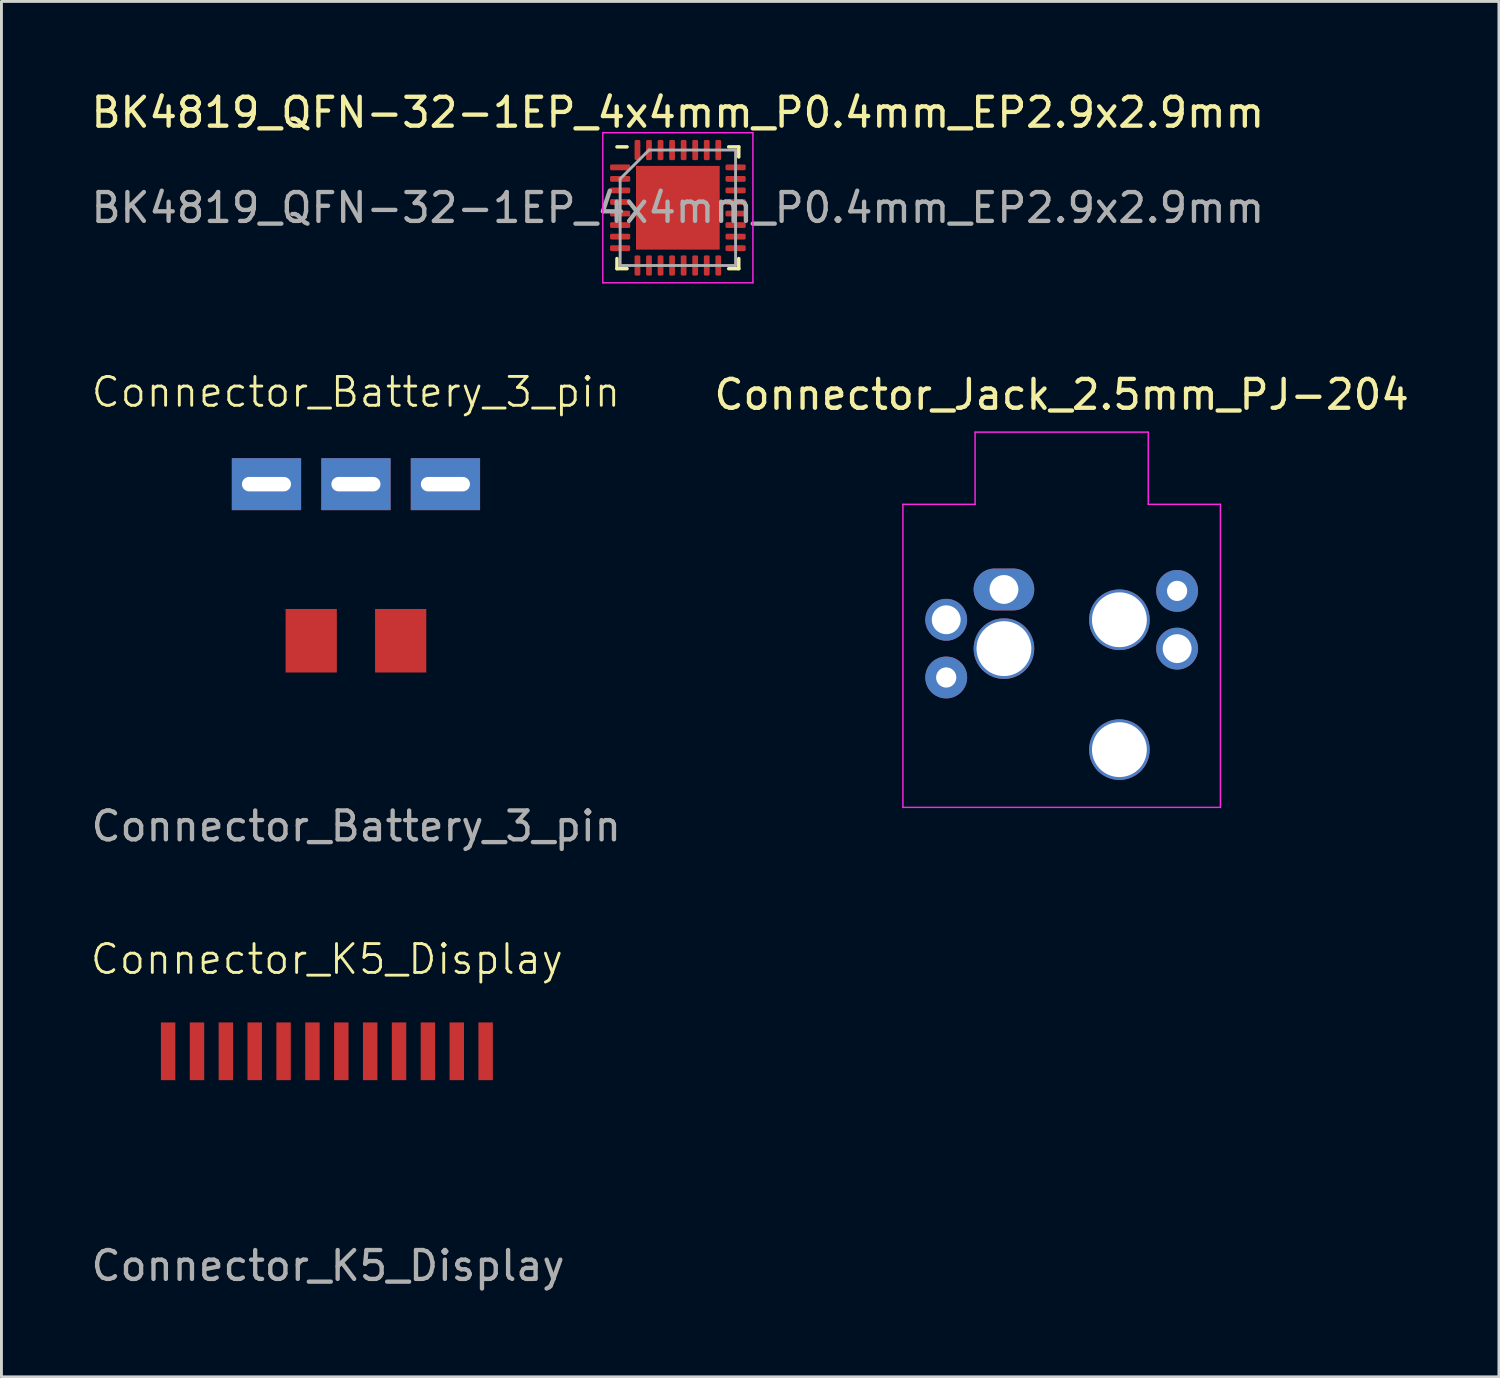
<source format=kicad_pcb>
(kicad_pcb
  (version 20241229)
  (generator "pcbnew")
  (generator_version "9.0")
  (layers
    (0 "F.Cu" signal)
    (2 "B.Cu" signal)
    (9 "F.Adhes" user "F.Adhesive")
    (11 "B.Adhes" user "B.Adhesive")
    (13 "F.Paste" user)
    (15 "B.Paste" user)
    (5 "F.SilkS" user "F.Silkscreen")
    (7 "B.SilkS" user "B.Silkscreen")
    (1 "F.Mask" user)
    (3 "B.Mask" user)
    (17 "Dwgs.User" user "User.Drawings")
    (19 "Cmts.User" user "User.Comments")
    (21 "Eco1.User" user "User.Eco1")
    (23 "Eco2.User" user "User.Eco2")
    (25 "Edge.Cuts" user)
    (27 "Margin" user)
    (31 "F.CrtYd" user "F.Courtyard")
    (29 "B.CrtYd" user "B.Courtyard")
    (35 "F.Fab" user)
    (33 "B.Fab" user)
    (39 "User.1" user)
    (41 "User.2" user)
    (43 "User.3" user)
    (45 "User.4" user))
  (footprint "BK4819_QFN-32-1EP_4x4mm_P0.4mm_EP2.9x2.9mm"
    (layer "F.Cu")
    (at 20.435 4.148)
    (property "Reference" "BK4819_QFN-32-1EP_4x4mm_P0.4mm_EP2.9x2.9mm" (at 0 -3.3 0) (layer "F.SilkS") (effects (font (size 1 1) (thickness 0.15))))
    (attr smd)
    (fp_line (start -2.11 2.11) (end -2.11 1.76) (stroke (width 0.12) (type solid)) (layer "F.SilkS"))
    (fp_line (start -1.76 -2.11) (end -2.11 -2.11) (stroke (width 0.12) (type solid)) (layer "F.SilkS"))
    (fp_line (start -1.76 2.11) (end -2.11 2.11) (stroke (width 0.12) (type solid)) (layer "F.SilkS"))
    (fp_line (start 1.76 -2.11) (end 2.11 -2.11) (stroke (width 0.12) (type solid)) (layer "F.SilkS"))
    (fp_line (start 1.76 2.11) (end 2.11 2.11) (stroke (width 0.12) (type solid)) (layer "F.SilkS"))
    (fp_line (start 2.11 -2.11) (end 2.11 -1.76) (stroke (width 0.12) (type solid)) (layer "F.SilkS"))
    (fp_line (start 2.11 2.11) (end 2.11 1.76) (stroke (width 0.12) (type solid)) (layer "F.SilkS"))
    (fp_line (start -2.6 -2.6) (end -2.6 2.6) (stroke (width 0.05) (type solid)) (layer "F.CrtYd"))
    (fp_line (start -2.6 2.6) (end 2.6 2.6) (stroke (width 0.05) (type solid)) (layer "F.CrtYd"))
    (fp_line (start 2.6 -2.6) (end -2.6 -2.6) (stroke (width 0.05) (type solid)) (layer "F.CrtYd"))
    (fp_line (start 2.6 2.6) (end 2.6 -2.6) (stroke (width 0.05) (type solid)) (layer "F.CrtYd"))
    (fp_line (start -2 -1) (end -1 -2) (stroke (width 0.1) (type solid)) (layer "F.Fab"))
    (fp_line (start -2 2) (end -2 -1) (stroke (width 0.1) (type solid)) (layer "F.Fab"))
    (fp_line (start -1 -2) (end 2 -2) (stroke (width 0.1) (type solid)) (layer "F.Fab"))
    (fp_line (start 2 -2) (end 2 2) (stroke (width 0.1) (type solid)) (layer "F.Fab"))
    (fp_line (start 2 2) (end -2 2) (stroke (width 0.1) (type solid)) (layer "F.Fab"))
    (fp_text user "${REFERENCE}" (at 0 0 0) (layer "F.Fab") (effects (font (size 1 1) (thickness 0.15))))
    (pad "" smd roundrect (at -0.725 -0.725) (size 1.17 1.17) (layers "F.Paste") (roundrect_rratio 0.214))
    (pad "" smd roundrect (at -0.725 0.725) (size 1.17 1.17) (layers "F.Paste") (roundrect_rratio 0.214))
    (pad "" smd roundrect (at 0.725 -0.725) (size 1.17 1.17) (layers "F.Paste") (roundrect_rratio 0.214))
    (pad "" smd roundrect (at 0.725 0.725) (size 1.17 1.17) (layers "F.Paste") (roundrect_rratio 0.214))
    (pad "1" smd roundrect (at -2 -1.4) (size 0.7 0.2) (layers "F.Cu" "F.Mask" "F.Paste") (roundrect_rratio 0.25))
    (pad "2" smd roundrect (at -2 -1) (size 0.7 0.2) (layers "F.Cu" "F.Mask" "F.Paste") (roundrect_rratio 0.25))
    (pad "3" smd roundrect (at -2 -0.6) (size 0.7 0.2) (layers "F.Cu" "F.Mask" "F.Paste") (roundrect_rratio 0.25))
    (pad "4" smd roundrect (at -2 -0.2) (size 0.7 0.2) (layers "F.Cu" "F.Mask" "F.Paste") (roundrect_rratio 0.25))
    (pad "5" smd roundrect (at -2 0.2) (size 0.7 0.2) (layers "F.Cu" "F.Mask" "F.Paste") (roundrect_rratio 0.25))
    (pad "6" smd roundrect (at -2 0.6) (size 0.7 0.2) (layers "F.Cu" "F.Mask" "F.Paste") (roundrect_rratio 0.25))
    (pad "7" smd roundrect (at -2 1) (size 0.7 0.2) (layers "F.Cu" "F.Mask" "F.Paste") (roundrect_rratio 0.25))
    (pad "8" smd roundrect (at -2 1.4) (size 0.7 0.2) (layers "F.Cu" "F.Mask" "F.Paste") (roundrect_rratio 0.25))
    (pad "9" smd roundrect (at -1.4 2) (size 0.2 0.7) (layers "F.Cu" "F.Mask" "F.Paste") (roundrect_rratio 0.25))
    (pad "10" smd roundrect (at -1 2) (size 0.2 0.7) (layers "F.Cu" "F.Mask" "F.Paste") (roundrect_rratio 0.25))
    (pad "11" smd roundrect (at -0.6 2) (size 0.2 0.7) (layers "F.Cu" "F.Mask" "F.Paste") (roundrect_rratio 0.25))
    (pad "12" smd roundrect (at -0.2 2) (size 0.2 0.7) (layers "F.Cu" "F.Mask" "F.Paste") (roundrect_rratio 0.25))
    (pad "13" smd roundrect (at 0.2 2) (size 0.2 0.7) (layers "F.Cu" "F.Mask" "F.Paste") (roundrect_rratio 0.25))
    (pad "14" smd roundrect (at 0.6 2) (size 0.2 0.7) (layers "F.Cu" "F.Mask" "F.Paste") (roundrect_rratio 0.25))
    (pad "15" smd roundrect (at 1 2) (size 0.2 0.7) (layers "F.Cu" "F.Mask" "F.Paste") (roundrect_rratio 0.25))
    (pad "16" smd roundrect (at 1.4 2) (size 0.2 0.7) (layers "F.Cu" "F.Mask" "F.Paste") (roundrect_rratio 0.25))
    (pad "17" smd roundrect (at 2 1.4) (size 0.7 0.2) (layers "F.Cu" "F.Mask" "F.Paste") (roundrect_rratio 0.25))
    (pad "18" smd roundrect (at 2 1) (size 0.7 0.2) (layers "F.Cu" "F.Mask" "F.Paste") (roundrect_rratio 0.25))
    (pad "19" smd roundrect (at 2 0.6) (size 0.7 0.2) (layers "F.Cu" "F.Mask" "F.Paste") (roundrect_rratio 0.25))
    (pad "20" smd roundrect (at 2 0.2) (size 0.7 0.2) (layers "F.Cu" "F.Mask" "F.Paste") (roundrect_rratio 0.25))
    (pad "21" smd roundrect (at 2 -0.2) (size 0.7 0.2) (layers "F.Cu" "F.Mask" "F.Paste") (roundrect_rratio 0.25))
    (pad "22" smd roundrect (at 2 -0.6) (size 0.7 0.2) (layers "F.Cu" "F.Mask" "F.Paste") (roundrect_rratio 0.25))
    (pad "23" smd roundrect (at 2 -1) (size 0.7 0.2) (layers "F.Cu" "F.Mask" "F.Paste") (roundrect_rratio 0.25))
    (pad "24" smd roundrect (at 2 -1.4) (size 0.7 0.2) (layers "F.Cu" "F.Mask" "F.Paste") (roundrect_rratio 0.25))
    (pad "25" smd roundrect (at 1.4 -2) (size 0.2 0.7) (layers "F.Cu" "F.Mask" "F.Paste") (roundrect_rratio 0.25))
    (pad "26" smd roundrect (at 1 -2) (size 0.2 0.7) (layers "F.Cu" "F.Mask" "F.Paste") (roundrect_rratio 0.25))
    (pad "27" smd roundrect (at 0.6 -2) (size 0.2 0.7) (layers "F.Cu" "F.Mask" "F.Paste") (roundrect_rratio 0.25))
    (pad "28" smd roundrect (at 0.2 -2) (size 0.2 0.7) (layers "F.Cu" "F.Mask" "F.Paste") (roundrect_rratio 0.25))
    (pad "29" smd roundrect (at -0.2 -2) (size 0.2 0.7) (layers "F.Cu" "F.Mask" "F.Paste") (roundrect_rratio 0.25))
    (pad "30" smd roundrect (at -0.6 -2) (size 0.2 0.7) (layers "F.Cu" "F.Mask" "F.Paste") (roundrect_rratio 0.25))
    (pad "31" smd roundrect (at -1 -2) (size 0.2 0.7) (layers "F.Cu" "F.Mask" "F.Paste") (roundrect_rratio 0.25))
    (pad "32" smd roundrect (at -1.4 -2) (size 0.2 0.7) (layers "F.Cu" "F.Mask" "F.Paste") (roundrect_rratio 0.25))
    (pad "33" smd rect (at 0 0) (size 2.9 2.9) (layers "F.Cu" "F.Mask")))
  (footprint "Connector_Jack_2.5mm_PJ-204"
    (layer "F.Cu")
    (at 33.732 19.422)
    (property "Reference" "Connector_Jack_2.5mm_PJ-204" (at 0 -8.8 0) (layer "F.SilkS") (effects (font (size 1 1) (thickness 0.15))))
    (attr through_hole exclude_from_pos_files exclude_from_bom)
    (fp_line (start -5.5 -5) (end -3 -5) (stroke (width 0.05) (type default)) (layer "F.CrtYd"))
    (fp_line (start -5.5 5.5) (end -5.5 -5) (stroke (width 0.05) (type default)) (layer "F.CrtYd"))
    (fp_line (start -3 -7.5) (end 3 -7.5) (stroke (width 0.05) (type default)) (layer "F.CrtYd"))
    (fp_line (start -3 -5) (end -3 -7.5) (stroke (width 0.05) (type default)) (layer "F.CrtYd"))
    (fp_line (start 3 -7.5) (end 3 -5) (stroke (width 0.05) (type default)) (layer "F.CrtYd"))
    (fp_line (start 3 -5) (end 5.5 -5) (stroke (width 0.05) (type default)) (layer "F.CrtYd"))
    (fp_line (start 5.5 -5) (end 5.5 5.5) (stroke (width 0.05) (type default)) (layer "F.CrtYd"))
    (fp_line (start 5.5 5.5) (end -5.5 5.5) (stroke (width 0.05) (type default)) (layer "F.CrtYd"))
    (pad "" thru_hole circle (at -2 0) (size 2.1 2.1) (drill 1.9) (layers "*.Cu" "*.Mask"))
    (pad "" thru_hole circle (at 2 -1) (size 2.1 2.1) (drill 1.9) (layers "*.Cu" "*.Mask"))
    (pad "" thru_hole circle (at 2 3.5) (size 2.1 2.1) (drill 1.9) (layers "*.Cu" "*.Mask"))
    (pad "1" thru_hole oval (at -2 -2.05 90) (size 1.45 2.1) (drill 1) (layers "*.Cu" "*.Mask"))
    (pad "2" thru_hole circle (at 4 0 180) (size 1.45 1.45) (drill 1) (layers "*.Cu" "*.Mask"))
    (pad "3" thru_hole circle (at 4 -2 180) (size 1.45 1.45) (drill 0.7) (layers "*.Cu" "*.Mask"))
    (pad "4" thru_hole circle (at -4 1 180) (size 1.45 1.45) (drill 0.7) (layers "*.Cu" "*.Mask"))
    (pad "5" thru_hole circle (at -4 -1 180) (size 1.45 1.45) (drill 1) (layers "*.Cu" "*.Mask")))
  (footprint "Connector_Battery_3_pin"
    (layer "F.Cu")
    (at 9.282 13.724)
    (property "Reference" "Connector_Battery_3_pin" (at 0 -3.19 0) (unlocked yes) (layer "F.SilkS") (effects (font (size 1 1) (thickness 0.1))))
    (attr through_hole)
    (fp_text user "${REFERENCE}" (at 0.01 11.85 0) (unlocked yes) (layer "F.Fab") (effects (font (size 1 1) (thickness 0.15))))
    (pad "1" thru_hole rect (at -3.1 0) (size 2.4 1.8) (drill oval 1.7 0.5) (layers "*.Cu" "*.Mask"))
    (pad "2" thru_hole rect (at 0 0) (size 2.4 1.8) (drill oval 1.7 0.5) (layers "*.Cu" "*.Mask"))
    (pad "3" thru_hole rect (at 3.1 0) (size 2.4 1.8) (drill oval 1.7 0.5) (layers "*.Cu" "*.Mask"))
    (pad "4" smd rect (at -1.55 5.425) (size 1.775 2.2) (layers "F.Cu" "F.Mask" "F.Paste"))
    (pad "5" smd rect (at 1.55 5.425) (size 1.775 2.2) (layers "F.Cu" "F.Mask" "F.Paste")))
  (footprint "Connector_K5_Display"
    (layer "F.Cu")
    (at 8.275 33.373)
    (property "Reference" "Connector_K5_Display" (at 0 -3.19 0) (unlocked yes) (layer "F.SilkS") (effects (font (size 1 1) (thickness 0.1))))
    (attr through_hole)
    (fp_text user "${REFERENCE}" (at 0.04 7.43 0) (unlocked yes) (layer "F.Fab") (effects (font (size 1 1) (thickness 0.15))))
    (pad "1" smd rect (at -5.5 0) (size 0.5 2) (layers "F.Cu" "F.Mask" "F.Paste"))
    (pad "2" smd rect (at -4.5 0) (size 0.5 2) (layers "F.Cu" "F.Mask" "F.Paste"))
    (pad "3" smd rect (at -3.5 0) (size 0.5 2) (layers "F.Cu" "F.Mask" "F.Paste"))
    (pad "4" smd rect (at -2.5 0) (size 0.5 2) (layers "F.Cu" "F.Mask" "F.Paste"))
    (pad "5" smd rect (at -1.5 0) (size 0.5 2) (layers "F.Cu" "F.Mask" "F.Paste"))
    (pad "6" smd rect (at -0.5 0) (size 0.5 2) (layers "F.Cu" "F.Mask" "F.Paste"))
    (pad "7" smd rect (at 0.5 0) (size 0.5 2) (layers "F.Cu" "F.Mask" "F.Paste"))
    (pad "8" smd rect (at 1.5 0) (size 0.5 2) (layers "F.Cu" "F.Mask" "F.Paste"))
    (pad "9" smd rect (at 2.5 0) (size 0.5 2) (layers "F.Cu" "F.Mask" "F.Paste"))
    (pad "10" smd rect (at 3.5 0) (size 0.5 2) (layers "F.Cu" "F.Mask" "F.Paste"))
    (pad "11" smd rect (at 4.5 0) (size 0.5 2) (layers "F.Cu" "F.Mask" "F.Paste"))
    (pad "12" smd rect (at 5.5 0) (size 0.5 2) (layers "F.Cu" "F.Mask" "F.Paste")))
  (gr_rect
    (start -3 -3)
    (end 48.881 44.651)
    (stroke (width 0.1) (type default))
    (fill no)
    (layer "Edge.Cuts")))
</source>
